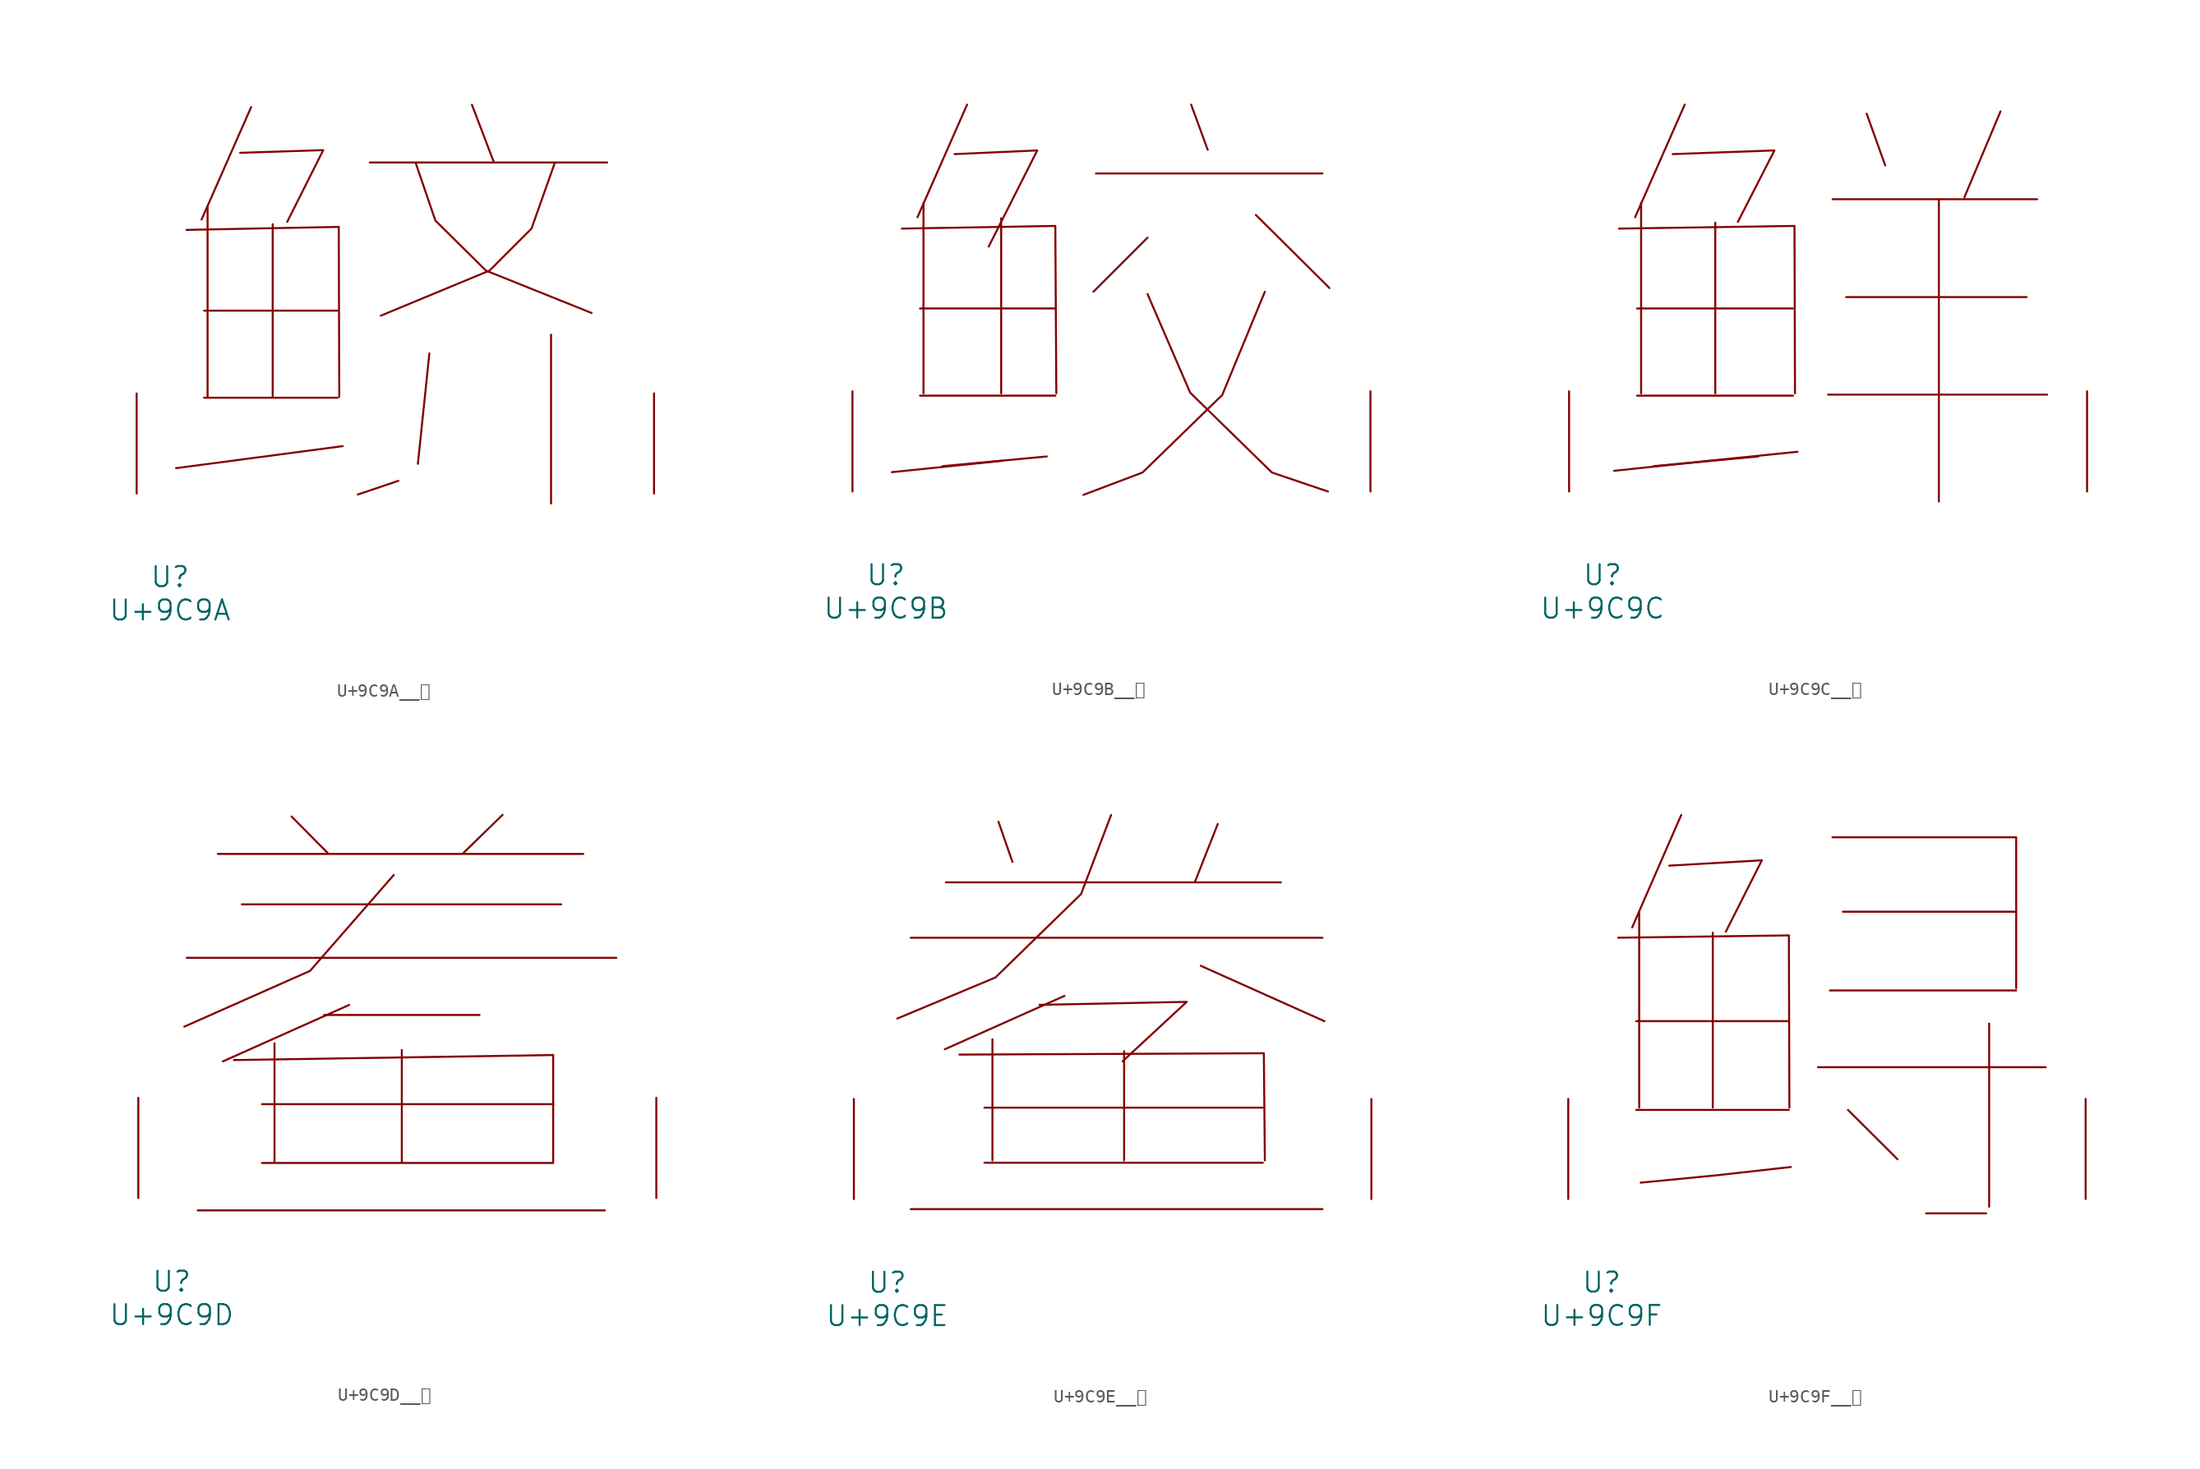
<source format=kicad_sym>
(kicad_symbol_lib
  (version 20231120)
  (generator "kicad_symbol_editor")
  (generator_version "8.0")
  (symbol "U+9C9A__鲚"
    (pin_names
      (offset 1.016))
    (property "Reference" "U"
      (at 0 -6.35 0)
      (effects (font (size 1.524 1.524))))
    (property "Value" "U+9C9A"
      (at 0 -8.89 0)
      (effects (font (size 1.524 1.524))))
    (symbol "U+9C9A__鲚_0_1"
      (polyline (pts (xy 2.591 7.29) (xy 12.764 7.29)) (stroke (width 0) (type solid)) (fill (type none)))
      (polyline (pts (xy 2.591 13.919) (xy 12.764 13.919)) (stroke (width 0) (type solid)) (fill (type none)))
      (polyline (pts (xy 2.857 21.869) (xy 2.857 7.366)) (stroke (width 0) (type solid)) (fill (type none)))
      (polyline (pts (xy 6.172 29.413) (xy 2.4 20.853)) (stroke (width 0) (type solid)) (fill (type none)))
      (polyline (pts (xy 7.811 20.498) (xy 7.811 7.366)) (stroke (width 0) (type solid)) (fill (type none)))
      (polyline (pts (xy 13.145 3.607) (xy 0.457 1.93)) (stroke (width 0) (type solid)) (fill (type none)))
      (polyline (pts (xy 15.202 25.197) (xy 33.261 25.197)) (stroke (width 0) (type solid)) (fill (type none)))
      (polyline (pts (xy 17.374 0.965) (xy 14.287 -0.076)) (stroke (width 0) (type solid)) (fill (type none)))
      (polyline (pts (xy 19.736 10.668) (xy 18.86 2.261)) (stroke (width 0) (type solid)) (fill (type none)))
      (polyline (pts (xy 22.974 29.591) (xy 24.613 25.298)) (stroke (width 0) (type solid)) (fill (type none)))
      (polyline (pts (xy 28.994 12.09) (xy 28.994 -0.762)) (stroke (width 0) (type solid)) (fill (type none)))
      (polyline (pts (xy 1.257 20.066) (xy 12.84 20.295) (xy 12.878 7.366)) (stroke (width 0) (type solid)) (fill (type none)))
      (polyline (pts (xy 5.334 25.933) (xy 11.659 26.137) (xy 8.915 20.676)) (stroke (width 0) (type solid)) (fill (type none)))
      (polyline (pts (xy 18.707 25.121) (xy 20.193 20.777) (xy 24.041 16.967) (xy 32.08 13.741)) (stroke (width 0) (type solid)) (fill (type none)))
      (polyline (pts (xy 29.261 25.121) (xy 27.508 20.168) (xy 24.308 16.967) (xy 16.04 13.538)) (stroke (width 0) (type solid)) (fill (type none)))
      (pin input line (at -2.54 0 90) (length 7.62) (name "~" (effects (font (size 1.27 1.27)))) (number "~" (effects (font (size 1.27 1.27)))))
      (pin input line (at 36.83 0 90) (length 7.62) (name "~" (effects (font (size 1.27 1.27)))) (number "~" (effects (font (size 1.27 1.27)))))))
  (symbol "U+9C9B__鲛"
    (pin_names
      (offset 1.016))
    (property "Reference" "U"
      (at 0 -6.35 0)
      (effects (font (size 1.524 1.524))))
    (property "Value" "U+9C9B"
      (at 0 -8.89 0)
      (effects (font (size 1.524 1.524))))
    (symbol "U+9C9B__鲛_0_1"
      (polyline (pts (xy 2.591 7.29) (xy 12.878 7.29)) (stroke (width 0) (type solid)) (fill (type none)))
      (polyline (pts (xy 2.591 13.919) (xy 12.878 13.919)) (stroke (width 0) (type solid)) (fill (type none)))
      (polyline (pts (xy 2.857 21.946) (xy 2.857 7.468)) (stroke (width 0) (type solid)) (fill (type none)))
      (polyline (pts (xy 6.172 29.413) (xy 2.4 20.853)) (stroke (width 0) (type solid)) (fill (type none)))
      (polyline (pts (xy 8.763 20.777) (xy 8.763 7.468)) (stroke (width 0) (type solid)) (fill (type none)))
      (polyline (pts (xy 8.839 2.337) (xy 0.457 1.473)) (stroke (width 0) (type solid)) (fill (type none)))
      (polyline (pts (xy 12.23 2.667) (xy 4.305 1.93)) (stroke (width 0) (type solid)) (fill (type none)))
      (polyline (pts (xy 15.964 24.181) (xy 33.185 24.181)) (stroke (width 0) (type solid)) (fill (type none)))
      (polyline (pts (xy 19.888 19.304) (xy 15.773 15.189)) (stroke (width 0) (type solid)) (fill (type none)))
      (polyline (pts (xy 23.203 29.413) (xy 24.46 25.984)) (stroke (width 0) (type solid)) (fill (type none)))
      (polyline (pts (xy 28.118 21.031) (xy 33.718 15.469)) (stroke (width 0) (type solid)) (fill (type none)))
      (polyline (pts (xy 1.219 19.99) (xy 12.878 20.193) (xy 12.954 7.468)) (stroke (width 0) (type solid)) (fill (type none)))
      (polyline (pts (xy 5.22 25.654) (xy 11.506 25.933) (xy 7.811 18.618)) (stroke (width 0) (type solid)) (fill (type none)))
      (polyline (pts (xy 19.888 15.011) (xy 23.127 7.518) (xy 29.337 1.448) (xy 33.604 0)) (stroke (width 0) (type solid)) (fill (type none)))
      (polyline (pts (xy 28.804 15.189) (xy 25.565 7.341) (xy 19.507 1.448) (xy 15.011 -0.254)) (stroke (width 0) (type solid)) (fill (type none)))
      (pin input line (at -2.54 0 90) (length 7.62) (name "~" (effects (font (size 1.27 1.27)))) (number "~" (effects (font (size 1.27 1.27)))))
      (pin input line (at 36.83 0 90) (length 7.62) (name "~" (effects (font (size 1.27 1.27)))) (number "~" (effects (font (size 1.27 1.27)))))))
  (symbol "U+9C9C__鲜"
    (pin_names
      (offset 1.016))
    (property "Reference" "U"
      (at 0 -6.35 0)
      (effects (font (size 1.524 1.524))))
    (property "Value" "U+9C9C"
      (at 0 -8.89 0)
      (effects (font (size 1.524 1.524))))
    (symbol "U+9C9C__鲜_0_1"
      (polyline (pts (xy 2.629 7.29) (xy 14.478 7.29)) (stroke (width 0) (type solid)) (fill (type none)))
      (polyline (pts (xy 2.629 13.919) (xy 14.478 13.919)) (stroke (width 0) (type solid)) (fill (type none)))
      (polyline (pts (xy 2.934 21.946) (xy 2.934 7.468)) (stroke (width 0) (type solid)) (fill (type none)))
      (polyline (pts (xy 6.248 29.413) (xy 2.477 20.853)) (stroke (width 0) (type solid)) (fill (type none)))
      (polyline (pts (xy 8.572 20.447) (xy 8.572 7.468)) (stroke (width 0) (type solid)) (fill (type none)))
      (polyline (pts (xy 11.849 2.667) (xy 3.886 1.93)) (stroke (width 0) (type solid)) (fill (type none)))
      (polyline (pts (xy 17.145 7.366) (xy 33.795 7.366)) (stroke (width 0) (type solid)) (fill (type none)))
      (polyline (pts (xy 17.488 22.225) (xy 33.033 22.225)) (stroke (width 0) (type solid)) (fill (type none)))
      (polyline (pts (xy 18.517 14.783) (xy 32.233 14.783)) (stroke (width 0) (type solid)) (fill (type none)))
      (polyline (pts (xy 20.079 28.727) (xy 21.488 24.79)) (stroke (width 0) (type solid)) (fill (type none)))
      (polyline (pts (xy 25.565 22.225) (xy 25.565 -0.762)) (stroke (width 0) (type solid)) (fill (type none)))
      (polyline (pts (xy 30.251 28.905) (xy 27.508 22.377)) (stroke (width 0) (type solid)) (fill (type none)))
      (polyline (pts (xy 1.257 19.99) (xy 14.592 20.193) (xy 14.63 7.468)) (stroke (width 0) (type solid)) (fill (type none)))
      (polyline (pts (xy 5.334 25.654) (xy 13.068 25.933) (xy 10.287 20.498)) (stroke (width 0) (type solid)) (fill (type none)))
      (polyline (pts (xy 14.821 3.023) (xy 8.077 2.337) (xy 0.876 1.575)) (stroke (width 0) (type solid)) (fill (type none)))
      (pin input line (at -2.54 0 90) (length 7.62) (name "~" (effects (font (size 1.27 1.27)))) (number "~" (effects (font (size 1.27 1.27)))))
      (pin input line (at 36.83 0 90) (length 7.62) (name "~" (effects (font (size 1.27 1.27)))) (number "~" (effects (font (size 1.27 1.27)))))))
  (symbol "U+9C9D__鲝"
    (pin_names
      (offset 1.016))
    (property "Reference" "U"
      (at 0 -6.35 0)
      (effects (font (size 1.524 1.524))))
    (property "Value" "U+9C9D"
      (at 0 -8.89 0)
      (effects (font (size 1.524 1.524))))
    (symbol "U+9C9D__鲝_0_1"
      (polyline (pts (xy 1.143 18.263) (xy 33.795 18.263)) (stroke (width 0) (type solid)) (fill (type none)))
      (polyline (pts (xy 1.981 -0.94) (xy 32.918 -0.94)) (stroke (width 0) (type solid)) (fill (type none)))
      (polyline (pts (xy 3.505 26.162) (xy 31.28 26.162)) (stroke (width 0) (type solid)) (fill (type none)))
      (polyline (pts (xy 5.334 22.327) (xy 29.604 22.327)) (stroke (width 0) (type solid)) (fill (type none)))
      (polyline (pts (xy 6.858 2.667) (xy 28.994 2.667)) (stroke (width 0) (type solid)) (fill (type none)))
      (polyline (pts (xy 6.858 7.137) (xy 28.994 7.137)) (stroke (width 0) (type solid)) (fill (type none)))
      (polyline (pts (xy 7.811 11.76) (xy 7.811 2.769)) (stroke (width 0) (type solid)) (fill (type none)))
      (polyline (pts (xy 9.106 29.007) (xy 11.849 26.238)) (stroke (width 0) (type solid)) (fill (type none)))
      (polyline (pts (xy 11.582 13.919) (xy 23.393 13.919)) (stroke (width 0) (type solid)) (fill (type none)))
      (polyline (pts (xy 13.487 14.681) (xy 3.886 10.389)) (stroke (width 0) (type solid)) (fill (type none)))
      (polyline (pts (xy 17.488 11.252) (xy 17.488 2.769)) (stroke (width 0) (type solid)) (fill (type none)))
      (polyline (pts (xy 25.146 29.134) (xy 22.174 26.238)) (stroke (width 0) (type solid)) (fill (type none)))
      (polyline (pts (xy 4.724 10.49) (xy 28.994 10.871) (xy 28.994 2.769)) (stroke (width 0) (type solid)) (fill (type none)))
      (polyline (pts (xy 16.878 24.562) (xy 10.516 17.272) (xy 0.953 13.03)) (stroke (width 0) (type solid)) (fill (type none)))
      (pin input line (at -2.54 0 90) (length 7.62) (name "~" (effects (font (size 1.27 1.27)))) (number "~" (effects (font (size 1.27 1.27)))))
      (pin input line (at 36.83 0 90) (length 7.62) (name "~" (effects (font (size 1.27 1.27)))) (number "~" (effects (font (size 1.27 1.27)))))))
  (symbol "U+9C9E__鲞"
    (pin_names
      (offset 1.016))
    (property "Reference" "U"
      (at 0 -6.35 0)
      (effects (font (size 1.524 1.524))))
    (property "Value" "U+9C9E"
      (at 0 -8.89 0)
      (effects (font (size 1.524 1.524))))
    (symbol "U+9C9E__鲞_0_1"
      (polyline (pts (xy 1.791 -0.762) (xy 33.109 -0.762)) (stroke (width 0) (type solid)) (fill (type none)))
      (polyline (pts (xy 1.791 19.888) (xy 33.109 19.888)) (stroke (width 0) (type solid)) (fill (type none)))
      (polyline (pts (xy 4.458 24.105) (xy 29.947 24.105)) (stroke (width 0) (type solid)) (fill (type none)))
      (polyline (pts (xy 7.391 2.769) (xy 28.575 2.769)) (stroke (width 0) (type solid)) (fill (type none)))
      (polyline (pts (xy 7.391 6.96) (xy 28.575 6.96)) (stroke (width 0) (type solid)) (fill (type none)))
      (polyline (pts (xy 8.001 12.167) (xy 8.001 2.946)) (stroke (width 0) (type solid)) (fill (type none)))
      (polyline (pts (xy 8.458 28.727) (xy 9.525 25.654)) (stroke (width 0) (type solid)) (fill (type none)))
      (polyline (pts (xy 13.487 15.469) (xy 4.381 11.405)) (stroke (width 0) (type solid)) (fill (type none)))
      (polyline (pts (xy 18.021 11.252) (xy 18.021 2.946)) (stroke (width 0) (type solid)) (fill (type none)))
      (polyline (pts (xy 23.851 17.755) (xy 33.261 13.538)) (stroke (width 0) (type solid)) (fill (type none)))
      (polyline (pts (xy 25.146 28.55) (xy 23.393 24.105)) (stroke (width 0) (type solid)) (fill (type none)))
      (polyline (pts (xy 5.486 10.998) (xy 28.651 11.1) (xy 28.727 2.946)) (stroke (width 0) (type solid)) (fill (type none)))
      (polyline (pts (xy 11.582 14.783) (xy 22.784 15.011) (xy 17.907 10.49)) (stroke (width 0) (type solid)) (fill (type none)))
      (polyline (pts (xy 17.031 29.235) (xy 14.745 23.216) (xy 8.23 16.866) (xy 0.762 13.741)) (stroke (width 0) (type solid)) (fill (type none)))
      (pin input line (at -2.54 0 90) (length 7.62) (name "~" (effects (font (size 1.27 1.27)))) (number "~" (effects (font (size 1.27 1.27)))))
      (pin input line (at 36.83 0 90) (length 7.62) (name "~" (effects (font (size 1.27 1.27)))) (number "~" (effects (font (size 1.27 1.27)))))))
  (symbol "U+9C9F__鲟"
    (pin_names
      (offset 1.016))
    (property "Reference" "U"
      (at 0 -6.35 0)
      (effects (font (size 1.524 1.524))))
    (property "Value" "U+9C9F"
      (at 0 -8.89 0)
      (effects (font (size 1.524 1.524))))
    (symbol "U+9C9F__鲟_0_1"
      (polyline (pts (xy 2.629 6.782) (xy 14.249 6.782)) (stroke (width 0) (type solid)) (fill (type none)))
      (polyline (pts (xy 2.629 13.538) (xy 14.249 13.538)) (stroke (width 0) (type solid)) (fill (type none)))
      (polyline (pts (xy 2.857 21.768) (xy 2.857 6.96)) (stroke (width 0) (type solid)) (fill (type none)))
      (polyline (pts (xy 6.058 29.235) (xy 2.324 20.676)) (stroke (width 0) (type solid)) (fill (type none)))
      (polyline (pts (xy 8.458 20.269) (xy 8.458 6.96)) (stroke (width 0) (type solid)) (fill (type none)))
      (polyline (pts (xy 16.459 10.033) (xy 33.795 10.033)) (stroke (width 0) (type solid)) (fill (type none)))
      (polyline (pts (xy 17.374 15.875) (xy 31.547 15.875)) (stroke (width 0) (type solid)) (fill (type none)))
      (polyline (pts (xy 18.364 21.869) (xy 31.547 21.869)) (stroke (width 0) (type solid)) (fill (type none)))
      (polyline (pts (xy 18.745 6.782) (xy 22.517 3.023)) (stroke (width 0) (type solid)) (fill (type none)))
      (polyline (pts (xy 24.689 -1.092) (xy 29.261 -1.092)) (stroke (width 0) (type solid)) (fill (type none)))
      (polyline (pts (xy 29.489 13.36) (xy 29.489 -0.584)) (stroke (width 0) (type solid)) (fill (type none)))
      (polyline (pts (xy 1.257 19.888) (xy 14.249 20.066) (xy 14.287 6.96)) (stroke (width 0) (type solid)) (fill (type none)))
      (polyline (pts (xy 5.144 25.375) (xy 12.192 25.781) (xy 9.449 20.345)) (stroke (width 0) (type solid)) (fill (type none)))
      (polyline (pts (xy 14.402 2.438) (xy 8.725 1.803) (xy 2.972 1.245)) (stroke (width 0) (type solid)) (fill (type none)))
      (polyline (pts (xy 17.564 27.534) (xy 31.547 27.534) (xy 31.547 16.053)) (stroke (width 0) (type solid)) (fill (type none)))
      (pin input line (at -2.54 0 90) (length 7.62) (name "~" (effects (font (size 1.27 1.27)))) (number "~" (effects (font (size 1.27 1.27)))))
      (pin input line (at 36.83 0 90) (length 7.62) (name "~" (effects (font (size 1.27 1.27)))) (number "~" (effects (font (size 1.27 1.27))))))))
</source>
